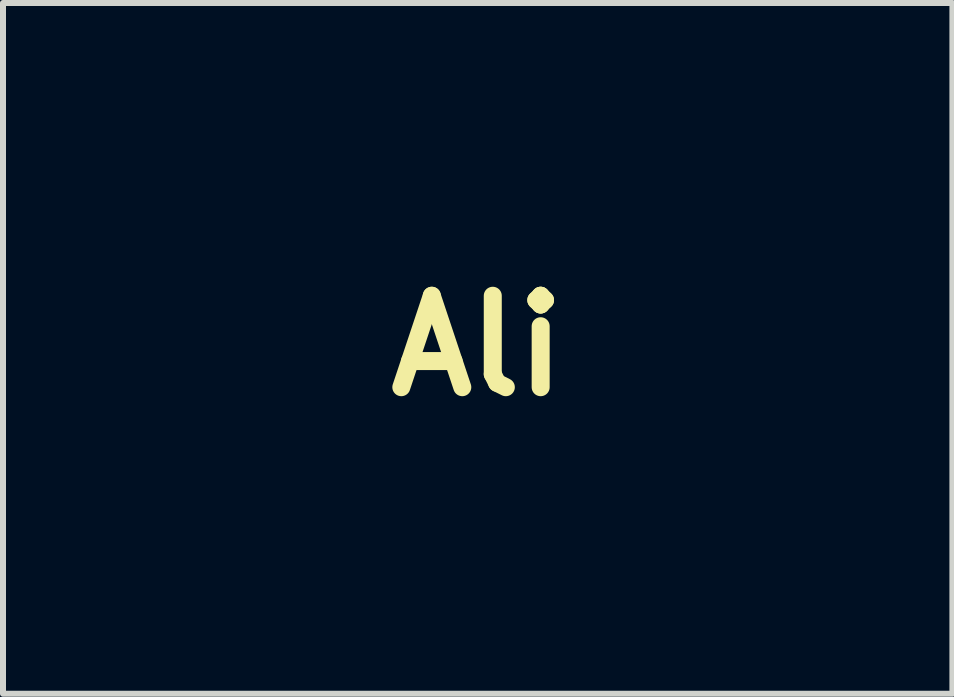
<source format=kicad_pcb>
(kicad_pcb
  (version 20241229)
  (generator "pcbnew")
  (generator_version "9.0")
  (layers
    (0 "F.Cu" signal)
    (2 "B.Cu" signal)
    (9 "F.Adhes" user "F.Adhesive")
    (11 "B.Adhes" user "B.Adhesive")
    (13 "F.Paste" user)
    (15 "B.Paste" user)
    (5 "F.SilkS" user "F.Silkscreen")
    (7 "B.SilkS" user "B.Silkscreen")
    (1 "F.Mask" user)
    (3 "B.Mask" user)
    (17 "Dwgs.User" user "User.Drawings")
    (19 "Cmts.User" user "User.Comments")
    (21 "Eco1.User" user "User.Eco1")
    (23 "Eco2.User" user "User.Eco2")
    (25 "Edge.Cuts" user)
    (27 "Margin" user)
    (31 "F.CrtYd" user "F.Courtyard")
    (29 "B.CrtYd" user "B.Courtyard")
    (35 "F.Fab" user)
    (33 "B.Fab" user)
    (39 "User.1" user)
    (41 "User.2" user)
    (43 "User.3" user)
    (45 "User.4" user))
  (footprint "Ali"
    (layer "F.Cu")
    (at 4.909 2.714)
    (property "Reference" "Ali" (at 0 0 0) (layer "F.SilkS") (effects (font (size 1.524 1.524) (thickness 0.3))))
    (attr through_hole)
    (fp_poly (pts (xy 1.069 -1.666) (xy 1.126 -1.58) (xy 1.115 -1.434) (xy 1.031 -1.257) (xy 0.916 -1.126) (xy 0.852 -1.101) (xy 0.81 -1.174) (xy 0.802 -1.354) (xy 0.803 -1.376) (xy 0.833 -1.482) (xy 0.931 -1.482) (xy 0.974 -1.439) (xy 1.016 -1.482) (xy 0.974 -1.524) (xy 0.931 -1.482) (xy 0.833 -1.482) (xy 0.858 -1.573) (xy 0.96 -1.678) (xy 1.069 -1.666)) (stroke (width 0.01) (type solid)) (fill no) (layer "Eco2.User"))
    (fp_poly (pts (xy 0.423 -2.159) (xy 0.506 -2.029) (xy 0.494 -1.792) (xy 0.385 -1.442) (xy 0.176 -0.971) (xy -0.042 -0.541) (xy -0.242 -0.16) (xy -0.409 0.166) (xy -0.529 0.41) (xy -0.589 0.541) (xy -0.593 0.555) (xy -0.522 0.579) (xy -0.36 0.558) (xy -0.204 0.528) (xy -0.197 0.556) (xy -0.291 0.634) (xy -0.501 0.743) (xy -0.695 0.758) (xy -0.823 0.682) (xy -0.847 0.597) (xy -0.81 0.467) (xy -0.71 0.216) (xy -0.56 -0.126) (xy -0.371 -0.527) (xy -0.254 -0.768) (xy -0.051 -1.186) (xy 0.122 -1.557) (xy 0.252 -1.851) (xy 0.326 -2.04) (xy 0.339 -2.089) (xy 0.382 -2.169) (xy 0.423 -2.159)) (stroke (width 0.01) (type solid)) (fill no) (layer "Eco2.User"))
    (fp_poly (pts (xy 0.745 -0.999) (xy 0.821 -0.889) (xy 0.833 -0.748) (xy 0.774 -0.544) (xy 0.637 -0.244) (xy 0.544 -0.061) (xy 0.379 0.272) (xy 0.302 0.477) (xy 0.309 0.568) (xy 0.401 0.56) (xy 0.489 0.518) (xy 0.685 0.356) (xy 0.839 0.13) (xy 0.91 -0.093) (xy 0.905 -0.178) (xy 0.909 -0.312) (xy 0.984 -0.327) (xy 1.07 -0.211) (xy 1.072 -0.206) (xy 1.067 -0.002) (xy 0.937 0.24) (xy 0.706 0.478) (xy 0.595 0.561) (xy 0.294 0.721) (xy 0.063 0.752) (xy -0.083 0.653) (xy -0.113 0.579) (xy -0.092 0.355) (xy 0.006 0.185) (xy 0.122 -0.047) (xy 0.119 -0.195) (xy 0.104 -0.317) (xy 0.191 -0.316) (xy 0.191 -0.316) (xy 0.314 -0.346) (xy 0.423 -0.5) (xy 0.494 -0.732) (xy 0.508 -0.893) (xy 0.54 -1.066) (xy 0.637 -1.083) (xy 0.745 -0.999)) (stroke (width 0.01) (type solid)) (fill no) (layer "Eco2.User"))
    (fp_poly (pts (xy 0.742 -2.68) (xy 0.781 -2.605) (xy 0.658 -2.502) (xy 0.581 -2.464) (xy 0.311 -2.276) (xy 0.01 -1.937) (xy -0.324 -1.442) (xy -0.694 -0.789) (xy -0.849 -0.489) (xy -1.164 0.115) (xy -1.427 0.575) (xy -1.648 0.904) (xy -1.839 1.113) (xy -2.011 1.217) (xy -2.174 1.226) (xy -2.295 1.18) (xy -2.403 1.112) (xy -2.398 1.052) (xy -2.264 0.957) (xy -2.225 0.933) (xy -1.878 0.933) (xy -1.873 0.967) (xy -1.832 0.938) (xy -1.67 0.767) (xy -1.601 0.663) (xy -1.541 0.53) (xy -1.571 0.529) (xy -1.68 0.653) (xy -1.778 0.783) (xy -1.878 0.933) (xy -2.225 0.933) (xy -2.206 0.922) (xy -1.968 0.712) (xy -1.799 0.401) (xy -1.793 0.381) (xy -1.524 0.381) (xy -1.482 0.423) (xy -1.439 0.381) (xy -1.482 0.339) (xy -1.524 0.381) (xy -1.793 0.381) (xy -1.749 0.212) (xy -1.439 0.212) (xy -1.397 0.254) (xy -1.355 0.212) (xy -1.397 0.169) (xy -1.439 0.212) (xy -1.749 0.212) (xy -1.727 0.127) (xy -1.609 0.127) (xy -1.566 0.169) (xy -1.524 0.127) (xy -1.566 0.085) (xy -1.609 0.127) (xy -1.727 0.127) (xy -1.685 -0.038) (xy -1.652 -0.254) (xy -1.629 -0.432) (xy -1.524 -0.432) (xy -1.517 -0.188) (xy -1.5 -0.031) (xy -1.486 0) (xy -1.433 -0.07) (xy -1.323 -0.258) (xy -1.174 -0.53) (xy -1.085 -0.699) (xy -0.863 -1.096) (xy -0.605 -1.514) (xy -0.36 -1.875) (xy -0.318 -1.932) (xy -0.144 -2.17) (xy -0.036 -2.337) (xy -0.009 -2.406) (xy -0.02 -2.403) (xy -0.517 -2.031) (xy -1.024 -1.491) (xy -1.102 -1.395) (xy -1.318 -1.113) (xy -1.444 -0.907) (xy -1.505 -0.721) (xy -1.523 -0.505) (xy -1.524 -0.432) (xy -1.629 -0.432) (xy -1.625 -0.463) (xy -1.621 -0.588) (xy -1.654 -0.619) (xy -1.74 -0.548) (xy -1.897 -0.366) (xy -2.139 -0.064) (xy -2.247 0.072) (xy -2.556 0.433) (xy -2.874 0.758) (xy -3.173 1.022) (xy -3.425 1.2) (xy -3.604 1.27) (xy -3.611 1.27) (xy -3.727 1.301) (xy -3.698 1.385) (xy -3.536 1.512) (xy -3.253 1.67) (xy -3.154 1.718) (xy -2.901 1.833) (xy -2.693 1.909) (xy -2.483 1.954) (xy -2.226 1.975) (xy -1.875 1.981) (xy -1.566 1.98) (xy -1.096 1.971) (xy -0.736 1.948) (xy -0.424 1.9) (xy -0.101 1.819) (xy 0.283 1.699) (xy 0.633 1.591) (xy 0.92 1.512) (xy 1.109 1.473) (xy 1.165 1.475) (xy 1.138 1.515) (xy 1.058 1.524) (xy 0.952 1.545) (xy 0.951 1.572) (xy 1.054 1.58) (xy 1.259 1.545) (xy 1.367 1.518) (xy 1.608 1.47) (xy 1.963 1.422) (xy 2.378 1.381) (xy 2.667 1.36) (xy 3.062 1.335) (xy 3.303 1.313) (xy 3.408 1.291) (xy 3.393 1.266) (xy 3.273 1.234) (xy 3.26 1.231) (xy 2.957 1.206) (xy 2.527 1.228) (xy 2.003 1.293) (xy 1.439 1.394) (xy 1.402 1.392) (xy 1.503 1.346) (xy 1.721 1.266) (xy 1.736 1.261) (xy 2.224 1.132) (xy 2.708 1.074) (xy 3.147 1.088) (xy 3.496 1.175) (xy 3.63 1.249) (xy 3.866 1.392) (xy 4.095 1.486) (xy 4.103 1.488) (xy 4.371 1.613) (xy 4.624 1.823) (xy 4.819 2.072) (xy 4.909 2.311) (xy 4.911 2.343) (xy 4.854 2.616) (xy 4.692 2.768) (xy 4.549 2.794) (xy 4.442 2.782) (xy 4.468 2.719) (xy 4.53 2.655) (xy 4.627 2.45) (xy 4.579 2.197) (xy 4.393 1.923) (xy 4.297 1.827) (xy 4.029 1.58) (xy 3.96 1.848) (xy 3.822 2.123) (xy 3.602 2.298) (xy 3.344 2.345) (xy 3.239 2.321) (xy 3.047 2.225) (xy 2.991 2.139) (xy 3.074 2.092) (xy 3.216 2.098) (xy 3.493 2.08) (xy 3.671 1.942) (xy 3.725 1.733) (xy 3.653 1.576) (xy 3.435 1.481) (xy 3.069 1.449) (xy 2.553 1.479) (xy 1.885 1.571) (xy 1.063 1.727) (xy 0.72 1.8) (xy -0.382 1.997) (xy -1.36 2.081) (xy -2.214 2.05) (xy -2.943 1.905) (xy -3.547 1.647) (xy -3.683 1.561) (xy -3.924 1.43) (xy -4.149 1.359) (xy -4.199 1.355) (xy -4.433 1.282) (xy -4.662 1.095) (xy -4.832 0.845) (xy -4.874 0.726) (xy -4.904 0.278) (xy -4.831 0) (xy -4.741 0) (xy -4.71 0.07) (xy -4.685 0.056) (xy -4.675 -0.044) (xy -4.685 -0.056) (xy -4.735 -0.045) (xy -4.741 0) (xy -4.831 0) (xy -4.785 -0.177) (xy -4.765 -0.212) (xy -4.657 -0.212) (xy -4.614 -0.169) (xy -4.572 -0.212) (xy -4.614 -0.254) (xy -4.657 -0.212) (xy -4.765 -0.212) (xy -4.689 -0.344) (xy -4.551 -0.344) (xy -4.54 -0.339) (xy -4.462 -0.398) (xy -4.445 -0.423) (xy -4.423 -0.502) (xy -4.435 -0.508) (xy -4.512 -0.448) (xy -4.53 -0.423) (xy -4.551 -0.344) (xy -4.689 -0.344) (xy -4.544 -0.598) (xy -4.382 -0.598) (xy -4.37 -0.593) (xy -4.293 -0.652) (xy -4.276 -0.677) (xy -4.254 -0.756) (xy -4.266 -0.762) (xy -4.343 -0.702) (xy -4.36 -0.677) (xy -4.382 -0.598) (xy -4.544 -0.598) (xy -4.535 -0.614) (xy -4.173 -1.009) (xy -3.717 -1.337) (xy -3.184 -1.575) (xy -3.158 -1.583) (xy -2.803 -1.665) (xy -2.568 -1.643) (xy -2.433 -1.51) (xy -2.387 -1.331) (xy -2.42 -1.049) (xy -2.556 -0.708) (xy -2.766 -0.353) (xy -3.021 -0.032) (xy -3.291 0.211) (xy -3.416 0.285) (xy -3.716 0.376) (xy -3.921 0.333) (xy -4.016 0.171) (xy -3.985 -0.096) (xy -3.946 -0.202) (xy -3.794 -0.455) (xy -3.597 -0.664) (xy -3.421 -0.78) (xy -3.301 -0.784) (xy -3.234 -0.741) (xy -3.157 -0.657) (xy -3.229 -0.618) (xy -3.285 -0.608) (xy -3.475 -0.516) (xy -3.675 -0.327) (xy -3.832 -0.104) (xy -3.895 0.091) (xy -3.835 0.223) (xy -3.676 0.247) (xy -3.449 0.164) (xy -3.29 0.064) (xy -3.051 -0.165) (xy -2.833 -0.464) (xy -2.659 -0.791) (xy -2.548 -1.103) (xy -2.521 -1.359) (xy -2.551 -1.461) (xy -2.686 -1.552) (xy -2.903 -1.529) (xy -3.177 -1.413) (xy -3.481 -1.221) (xy -3.791 -0.971) (xy -4.079 -0.68) (xy -4.321 -0.368) (xy -4.457 -0.127) (xy -4.595 0.257) (xy -4.648 0.61) (xy -4.619 0.903) (xy -4.512 1.104) (xy -4.329 1.185) (xy -4.315 1.185) (xy -4.201 1.181) (xy -4.161 1.141) (xy -4.191 1.024) (xy -4.281 0.804) (xy -4.365 0.443) (xy -4.343 0.068) (xy -4.222 -0.251) (xy -4.18 -0.31) (xy -4.094 -0.411) (xy -4.1 -0.374) (xy -4.144 -0.281) (xy -4.214 -0.024) (xy -4.236 0.303) (xy -4.21 0.636) (xy -4.142 0.907) (xy -4.085 1.009) (xy -3.937 1.19) (xy -3.617 0.971) (xy -3.563 0.926) (xy -3.281 0.926) (xy -3.27 0.931) (xy -3.192 0.872) (xy -3.175 0.847) (xy -3.153 0.768) (xy -3.165 0.762) (xy -3.242 0.822) (xy -3.26 0.847) (xy -3.281 0.926) (xy -3.563 0.926) (xy -3.444 0.826) (xy -3.299 0.684) (xy -2.954 0.684) (xy -2.904 0.65) (xy -2.765 0.507) (xy -2.568 0.275) (xy -2.351 0.002) (xy -2.329 -0.027) (xy -2.156 -0.259) (xy -2.086 -0.363) (xy -2.118 -0.342) (xy -2.24 -0.212) (xy -2.472 0.051) (xy -2.677 0.295) (xy -2.837 0.497) (xy -2.936 0.634) (xy -2.954 0.684) (xy -3.299 0.684) (xy -3.194 0.581) (xy -2.897 0.268) (xy -2.584 -0.083) (xy -2.503 -0.176) (xy -2.193 -0.541) (xy -2.146 -0.598) (xy -1.927 -0.598) (xy -1.915 -0.593) (xy -1.838 -0.652) (xy -1.82 -0.677) (xy -1.799 -0.756) (xy -1.81 -0.762) (xy -1.888 -0.702) (xy -1.905 -0.677) (xy -1.927 -0.598) (xy -2.146 -0.598) (xy -1.98 -0.802) (xy -1.847 -0.986) (xy -1.782 -1.116) (xy -1.768 -1.219) (xy -1.791 -1.319) (xy -1.806 -1.361) (xy -2.005 -1.702) (xy -2.283 -1.915) (xy -2.583 -1.981) (xy -2.755 -1.996) (xy -2.786 -2.036) (xy -2.772 -2.048) (xy -2.511 -2.122) (xy -2.224 -2.062) (xy -1.953 -1.889) (xy -1.741 -1.623) (xy -1.693 -1.524) (xy -1.586 -1.265) (xy -1.066 -1.765) (xy -0.674 -2.103) (xy -0.269 -2.385) (xy 0.113 -2.591) (xy 0.435 -2.699) (xy 0.543 -2.709) (xy 0.742 -2.68)) (stroke (width 0.01) (type solid)) (fill no) (layer "Eco2.User")))
  (gr_rect
    (start -3 -3)
    (end 12.824 8.513)
    (stroke (width 0.1) (type default))
    (fill no)
    (layer "Edge.Cuts")))
</source>
